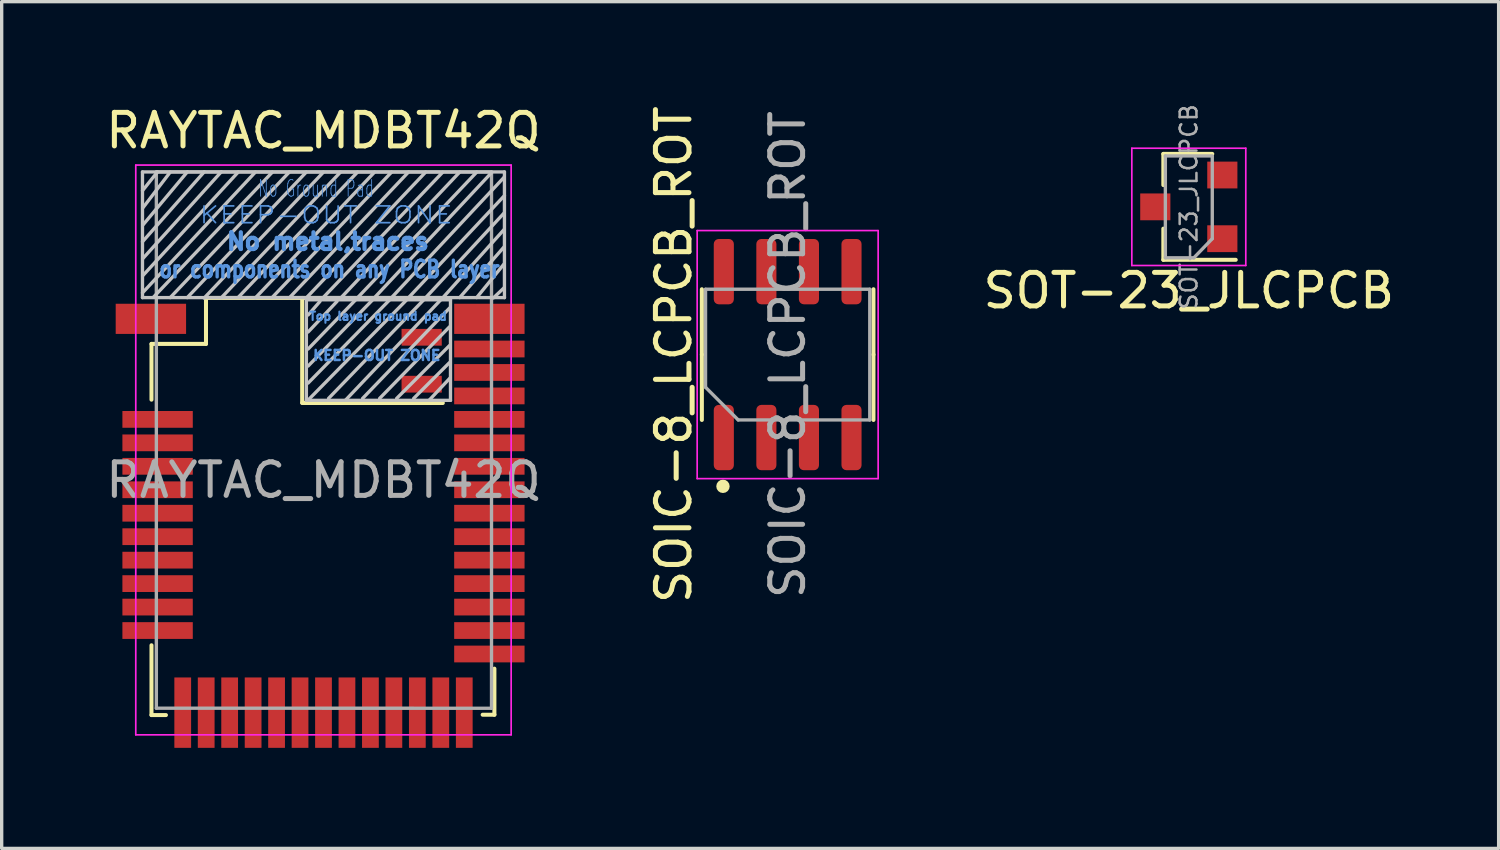
<source format=kicad_pcb>
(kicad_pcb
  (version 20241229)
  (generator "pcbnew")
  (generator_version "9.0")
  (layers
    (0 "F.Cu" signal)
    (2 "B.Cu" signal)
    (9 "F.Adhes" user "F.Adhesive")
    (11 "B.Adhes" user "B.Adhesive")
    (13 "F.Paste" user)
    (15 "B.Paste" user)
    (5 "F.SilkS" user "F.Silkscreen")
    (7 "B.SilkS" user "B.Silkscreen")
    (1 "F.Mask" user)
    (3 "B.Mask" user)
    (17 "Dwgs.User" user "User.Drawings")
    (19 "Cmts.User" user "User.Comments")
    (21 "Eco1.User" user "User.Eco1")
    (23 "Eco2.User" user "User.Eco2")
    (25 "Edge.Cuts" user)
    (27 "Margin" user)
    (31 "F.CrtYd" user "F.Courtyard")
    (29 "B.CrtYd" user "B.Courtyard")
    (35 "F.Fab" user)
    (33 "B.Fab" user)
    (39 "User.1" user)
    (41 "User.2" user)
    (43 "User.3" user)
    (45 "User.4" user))
  (footprint "RAYTAC_MDBT42Q"
    (layer "F.Cu")
    (at 6.601 11.275)
    (property "Reference" "RAYTAC_MDBT42Q" (at 0 -10.427 0) (layer "F.SilkS") (effects (font (size 1 1) (thickness 0.15))))
    (attr smd)
    (fp_line (start -5.131 -4.064) (end -5.131 -2.4) (stroke (width 0.12) (type solid)) (layer "F.SilkS"))
    (fp_line (start -5.131 -4.064) (end -3.505 -4.064) (stroke (width 0.12) (type solid)) (layer "F.SilkS"))
    (fp_line (start -5.131 7.01) (end -5.131 4.928) (stroke (width 0.12) (type solid)) (layer "F.SilkS"))
    (fp_line (start -4.7 7.01) (end -5.131 7.01) (stroke (width 0.12) (type solid)) (layer "F.SilkS"))
    (fp_line (start -3.505 -5.436) (end 3.5 -5.436) (stroke (width 0.12) (type solid)) (layer "F.SilkS"))
    (fp_line (start -3.505 -4.064) (end -3.505 -5.436) (stroke (width 0.12) (type solid)) (layer "F.SilkS"))
    (fp_line (start -0.635 -2.311) (end -0.635 -5.436) (stroke (width 0.12) (type solid)) (layer "F.SilkS"))
    (fp_line (start -0.635 -2.301) (end 3.561 -2.301) (stroke (width 0.12) (type solid)) (layer "F.SilkS"))
    (fp_line (start 4.75 7) (end 5.1 7) (stroke (width 0.12) (type solid)) (layer "F.SilkS"))
    (fp_line (start 5.1 7) (end 5.1 5.625) (stroke (width 0.12) (type solid)) (layer "F.SilkS"))
    (fp_line (start -5.4 -8.636) (end -4.953 -9.195) (stroke (width 0.1) (type solid)) (layer "Dwgs.User"))
    (fp_line (start -5.4 -7.112) (end -3.556 -9.2) (stroke (width 0.1) (type solid)) (layer "Dwgs.User"))
    (fp_line (start -5.4 -5.588) (end -2.032 -9.19) (stroke (width 0.1) (type solid)) (layer "Dwgs.User"))
    (fp_line (start -5.4 -9.195) (end 5.4 -9.195) (stroke (width 0.1) (type solid)) (layer "Dwgs.User"))
    (fp_line (start -5.4 -5.445) (end -5.4 -9.195) (stroke (width 0.1) (type solid)) (layer "Dwgs.User"))
    (fp_line (start -5.4 -5.445) (end 5.4 -5.445) (stroke (width 0.1) (type solid)) (layer "Dwgs.User"))
    (fp_line (start -5.395 -6.604) (end -3.048 -9.2) (stroke (width 0.1) (type solid)) (layer "Dwgs.User"))
    (fp_line (start -5.395 -6.096) (end -2.54 -9.195) (stroke (width 0.1) (type solid)) (layer "Dwgs.User"))
    (fp_line (start -5.385 -8.128) (end -4.572 -9.19) (stroke (width 0.1) (type solid)) (layer "Dwgs.User"))
    (fp_line (start -5.38 -7.62) (end -4.059 -9.2) (stroke (width 0.1) (type solid)) (layer "Dwgs.User"))
    (fp_line (start -5.08 -5.451) (end -1.524 -9.19) (stroke (width 0.1) (type solid)) (layer "Dwgs.User"))
    (fp_line (start -4.572 -5.446) (end -1.016 -9.195) (stroke (width 0.1) (type solid)) (layer "Dwgs.User"))
    (fp_line (start -4.064 -5.446) (end -0.513 -9.19) (stroke (width 0.1) (type solid)) (layer "Dwgs.User"))
    (fp_line (start -3.561 -5.431) (end 0 -9.19) (stroke (width 0.1) (type solid)) (layer "Dwgs.User"))
    (fp_line (start -3.048 -5.441) (end 0.508 -9.19) (stroke (width 0.1) (type solid)) (layer "Dwgs.User"))
    (fp_line (start -2.54 -5.456) (end 1.016 -9.19) (stroke (width 0.1) (type solid)) (layer "Dwgs.User"))
    (fp_line (start -2.032 -5.436) (end 1.524 -9.19) (stroke (width 0.1) (type solid)) (layer "Dwgs.User"))
    (fp_line (start -1.524 -5.456) (end 2.032 -9.19) (stroke (width 0.1) (type solid)) (layer "Dwgs.User"))
    (fp_line (start -1.016 -5.441) (end 2.54 -9.195) (stroke (width 0.1) (type solid)) (layer "Dwgs.User"))
    (fp_line (start -0.51 -2.38) (end -0.51 -5.367) (stroke (width 0.1) (type solid)) (layer "Dwgs.User"))
    (fp_line (start -0.508 -5.441) (end 3.048 -9.19) (stroke (width 0.1) (type solid)) (layer "Dwgs.User"))
    (fp_line (start -0.457 -4.42) (end 0.406 -5.334) (stroke (width 0.1) (type solid)) (layer "Dwgs.User"))
    (fp_line (start -0.457 -3.912) (end 0.965 -5.385) (stroke (width 0.1) (type solid)) (layer "Dwgs.User"))
    (fp_line (start -0.457 -3.404) (end 1.473 -5.385) (stroke (width 0.1) (type solid)) (layer "Dwgs.User"))
    (fp_line (start -0.457 -2.896) (end 1.981 -5.385) (stroke (width 0.1) (type solid)) (layer "Dwgs.User"))
    (fp_line (start -0.457 -2.388) (end 2.489 -5.385) (stroke (width 0.1) (type solid)) (layer "Dwgs.User"))
    (fp_line (start -0.102 -5.334) (end -0.457 -4.928) (stroke (width 0.1) (type solid)) (layer "Dwgs.User"))
    (fp_line (start -0.005 -5.451) (end 3.556 -9.185) (stroke (width 0.1) (type solid)) (layer "Dwgs.User"))
    (fp_line (start 0.152 -2.438) (end 2.997 -5.385) (stroke (width 0.1) (type solid)) (layer "Dwgs.User"))
    (fp_line (start 0.513 -5.431) (end 4.064 -9.19) (stroke (width 0.1) (type solid)) (layer "Dwgs.User"))
    (fp_line (start 0.66 -2.388) (end 3.505 -5.385) (stroke (width 0.1) (type solid)) (layer "Dwgs.User"))
    (fp_line (start 1.016 -5.441) (end 4.572 -9.19) (stroke (width 0.1) (type solid)) (layer "Dwgs.User"))
    (fp_line (start 1.168 -2.438) (end 3.759 -5.131) (stroke (width 0.1) (type solid)) (layer "Dwgs.User"))
    (fp_line (start 1.524 -5.446) (end 5.014 -9.174) (stroke (width 0.1) (type solid)) (layer "Dwgs.User"))
    (fp_line (start 1.676 -2.438) (end 3.759 -4.572) (stroke (width 0.1) (type solid)) (layer "Dwgs.User"))
    (fp_line (start 2.032 -5.446) (end 5.395 -9.042) (stroke (width 0.1) (type solid)) (layer "Dwgs.User"))
    (fp_line (start 2.184 -2.438) (end 3.759 -4.013) (stroke (width 0.1) (type solid)) (layer "Dwgs.User"))
    (fp_line (start 2.54 -5.446) (end 5.4 -8.489) (stroke (width 0.1) (type solid)) (layer "Dwgs.User"))
    (fp_line (start 2.692 -2.438) (end 3.759 -3.505) (stroke (width 0.1) (type solid)) (layer "Dwgs.User"))
    (fp_line (start 3.048 -5.441) (end 5.395 -7.976) (stroke (width 0.1) (type solid)) (layer "Dwgs.User"))
    (fp_line (start 3.15 -2.38) (end 3.78 -3.05) (stroke (width 0.1) (type solid)) (layer "Dwgs.User"))
    (fp_line (start 3.556 -5.436) (end 5.38 -7.468) (stroke (width 0.1) (type solid)) (layer "Dwgs.User"))
    (fp_line (start 3.79 -5.38) (end -0.51 -5.38) (stroke (width 0.1) (type solid)) (layer "Dwgs.User"))
    (fp_line (start 3.79 -5.38) (end 3.79 -2.38) (stroke (width 0.1) (type solid)) (layer "Dwgs.User"))
    (fp_line (start 3.79 -2.38) (end -0.51 -2.38) (stroke (width 0.1) (type solid)) (layer "Dwgs.User"))
    (fp_line (start 4.064 -5.446) (end 5.39 -6.96) (stroke (width 0.1) (type solid)) (layer "Dwgs.User"))
    (fp_line (start 4.572 -5.446) (end 5.39 -6.452) (stroke (width 0.1) (type solid)) (layer "Dwgs.User"))
    (fp_line (start 5.07 -5.436) (end 5.39 -5.74) (stroke (width 0.1) (type solid)) (layer "Dwgs.User"))
    (fp_line (start 5.4 -5.445) (end 5.4 -9.195) (stroke (width 0.1) (type solid)) (layer "Dwgs.User"))
    (fp_line (start -5.6 7.6) (end -5.6 -9.4) (stroke (width 0.05) (type solid)) (layer "F.CrtYd"))
    (fp_line (start 5.6 -9.4) (end -5.6 -9.4) (stroke (width 0.05) (type solid)) (layer "F.CrtYd"))
    (fp_line (start 5.6 -9.4) (end 5.6 7.6) (stroke (width 0.05) (type solid)) (layer "F.CrtYd"))
    (fp_line (start 5.6 7.6) (end -5.6 7.6) (stroke (width 0.05) (type solid)) (layer "F.CrtYd"))
    (fp_line (start -4.986 -9.195) (end -4.986 6.805) (stroke (width 0.1) (type solid)) (layer "F.Fab"))
    (fp_line (start -4.986 -9.195) (end 5.014 -9.193) (stroke (width 0.1) (type solid)) (layer "F.Fab"))
    (fp_line (start -4.986 6.805) (end 5.014 6.807) (stroke (width 0.1) (type solid)) (layer "F.Fab"))
    (fp_line (start 5.014 -9.193) (end 5.014 6.807) (stroke (width 0.1) (type solid)) (layer "F.Fab"))
    (fp_text user "No metal,traces " (at 0.32 -7.12 0) (layer "Cmts.User") (effects (font (size 0.5 0.5) (thickness 0.125))))
    (fp_text user "KEEP-OUT ZONE" (at 0.08 -7.91 0) (layer "Cmts.User") (effects (font (size 0.5 0.6) (thickness 0.05))))
    (fp_text user "or components on any PCB layer" (at 0.18 -6.29 0) (layer "Cmts.User") (effects (font (size 0.5 0.4) (thickness 0.1))))
    (fp_text user "Top layer ground pad" (at 1.63 -4.89 0) (layer "Cmts.User") (effects (font (size 0.25 0.25) (thickness 0.062))))
    (fp_text user "KEEP-OUT ZONE" (at 1.59 -3.72 0) (layer "Cmts.User") (effects (font (size 0.3 0.3) (thickness 0.075))))
    (fp_text user "No Ground Pad" (at -0.22 -8.7 0) (layer "Cmts.User") (effects (font (size 0.5 0.3) (thickness 0.025))))
    (fp_text user "${REFERENCE}" (at 0 0 0) (layer "F.Fab") (effects (font (size 1 1) (thickness 0.15))))
    (pad "1" smd rect (at -5.149 -4.812) (size 2.1 0.9) (layers "F.Cu" "F.Mask" "F.Paste"))
    (pad "2" smd rect (at -4.949 -1.812) (size 2.1 0.5) (layers "F.Cu" "F.Mask" "F.Paste"))
    (pad "3" smd rect (at -4.949 -1.112) (size 2.1 0.5) (layers "F.Cu" "F.Mask" "F.Paste"))
    (pad "4" smd rect (at -4.949 -0.412) (size 2.1 0.5) (layers "F.Cu" "F.Mask" "F.Paste"))
    (pad "5" smd rect (at -4.949 0.288) (size 2.1 0.5) (layers "F.Cu" "F.Mask" "F.Paste"))
    (pad "6" smd rect (at -4.949 0.988) (size 2.1 0.5) (layers "F.Cu" "F.Mask" "F.Paste"))
    (pad "7" smd rect (at -4.949 1.688) (size 2.1 0.5) (layers "F.Cu" "F.Mask" "F.Paste"))
    (pad "8" smd rect (at -4.949 2.388) (size 2.1 0.5) (layers "F.Cu" "F.Mask" "F.Paste"))
    (pad "9" smd rect (at -4.949 3.088) (size 2.1 0.5) (layers "F.Cu" "F.Mask" "F.Paste"))
    (pad "10" smd rect (at -4.949 3.788) (size 2.1 0.5) (layers "F.Cu" "F.Mask" "F.Paste"))
    (pad "11" smd rect (at -4.949 4.488) (size 2.1 0.5) (layers "F.Cu" "F.Mask" "F.Paste"))
    (pad "12" smd rect (at -4.199 6.938 90) (size 2.1 0.5) (layers "F.Cu" "F.Mask" "F.Paste"))
    (pad "13" smd rect (at -3.499 6.938 90) (size 2.1 0.5) (layers "F.Cu" "F.Mask" "F.Paste"))
    (pad "14" smd rect (at -2.799 6.938 90) (size 2.1 0.5) (layers "F.Cu" "F.Mask" "F.Paste"))
    (pad "15" smd rect (at -2.099 6.938 90) (size 2.1 0.5) (layers "F.Cu" "F.Mask" "F.Paste"))
    (pad "16" smd rect (at -1.399 6.938 90) (size 2.1 0.5) (layers "F.Cu" "F.Mask" "F.Paste"))
    (pad "17" smd rect (at -0.699 6.938 90) (size 2.1 0.5) (layers "F.Cu" "F.Mask" "F.Paste"))
    (pad "18" smd rect (at 0.001 6.938 90) (size 2.1 0.5) (layers "F.Cu" "F.Mask" "F.Paste"))
    (pad "19" smd rect (at 0.701 6.938 90) (size 2.1 0.5) (layers "F.Cu" "F.Mask" "F.Paste"))
    (pad "20" smd rect (at 1.401 6.938 90) (size 2.1 0.5) (layers "F.Cu" "F.Mask" "F.Paste"))
    (pad "21" smd rect (at 2.101 6.938 90) (size 2.1 0.5) (layers "F.Cu" "F.Mask" "F.Paste"))
    (pad "22" smd rect (at 2.801 6.938 90) (size 2.1 0.5) (layers "F.Cu" "F.Mask" "F.Paste"))
    (pad "23" smd rect (at 3.501 6.938 90) (size 2.1 0.5) (layers "F.Cu" "F.Mask" "F.Paste"))
    (pad "24" smd rect (at 4.201 6.938 90) (size 2.1 0.5) (layers "F.Cu" "F.Mask" "F.Paste"))
    (pad "25" smd rect (at 4.95 5.188) (size 2.1 0.5) (layers "F.Cu" "F.Mask" "F.Paste"))
    (pad "26" smd rect (at 4.95 4.488) (size 2.1 0.5) (layers "F.Cu" "F.Mask" "F.Paste"))
    (pad "27" smd rect (at 4.95 3.788) (size 2.1 0.5) (layers "F.Cu" "F.Mask" "F.Paste"))
    (pad "28" smd rect (at 4.95 3.088) (size 2.1 0.5) (layers "F.Cu" "F.Mask" "F.Paste"))
    (pad "29" smd rect (at 4.95 2.388) (size 2.1 0.5) (layers "F.Cu" "F.Mask" "F.Paste"))
    (pad "30" smd rect (at 4.95 1.688) (size 2.1 0.5) (layers "F.Cu" "F.Mask" "F.Paste"))
    (pad "31" smd rect (at 4.95 0.988) (size 2.1 0.5) (layers "F.Cu" "F.Mask" "F.Paste"))
    (pad "32" smd rect (at 4.95 0.288) (size 2.1 0.5) (layers "F.Cu" "F.Mask" "F.Paste"))
    (pad "33" smd rect (at 4.95 -0.412) (size 2.1 0.5) (layers "F.Cu" "F.Mask" "F.Paste"))
    (pad "34" smd rect (at 4.95 -1.112) (size 2.1 0.5) (layers "F.Cu" "F.Mask" "F.Paste"))
    (pad "35" smd rect (at 4.95 -1.812) (size 2.1 0.5) (layers "F.Cu" "F.Mask" "F.Paste"))
    (pad "36" smd rect (at 4.95 -2.512) (size 2.1 0.5) (layers "F.Cu" "F.Mask" "F.Paste"))
    (pad "37" smd rect (at 4.95 -3.212) (size 2.1 0.5) (layers "F.Cu" "F.Mask" "F.Paste"))
    (pad "38" smd rect (at 4.95 -3.912) (size 2.1 0.5) (layers "F.Cu" "F.Mask" "F.Paste"))
    (pad "39" smd rect (at 4.95 -4.812) (size 2.1 0.9) (layers "F.Cu" "F.Mask" "F.Paste"))
    (pad "40" smd rect (at 2.93 -4.262) (size 1.2 0.5) (layers "F.Cu" "F.Mask" "F.Paste"))
    (pad "41" smd rect (at 2.93 -2.862) (size 1.2 0.5) (layers "F.Cu" "F.Mask" "F.Paste")))
  (footprint "SOT-23_JLCPCB"
    (layer "F.Cu")
    (at 32.42 3.122)
    (property "Reference" "SOT-23_JLCPCB" (at 0 2.5 180) (layer "F.SilkS") (effects (font (size 1 1) (thickness 0.15))))
    (attr smd)
    (fp_line (start -0.76 -1.58) (end -0.76 -0.65) (stroke (width 0.12) (type solid)) (layer "F.SilkS"))
    (fp_line (start -0.76 -1.58) (end 0.7 -1.58) (stroke (width 0.12) (type solid)) (layer "F.SilkS"))
    (fp_line (start -0.76 1.58) (end -0.76 0.65) (stroke (width 0.12) (type solid)) (layer "F.SilkS"))
    (fp_line (start -0.76 1.58) (end 1.4 1.58) (stroke (width 0.12) (type solid)) (layer "F.SilkS"))
    (fp_line (start -1.7 -1.75) (end 1.7 -1.75) (stroke (width 0.05) (type solid)) (layer "F.CrtYd"))
    (fp_line (start -1.7 1.75) (end -1.7 -1.75) (stroke (width 0.05) (type solid)) (layer "F.CrtYd"))
    (fp_line (start 1.7 -1.75) (end 1.7 1.75) (stroke (width 0.05) (type solid)) (layer "F.CrtYd"))
    (fp_line (start 1.7 1.75) (end -1.7 1.75) (stroke (width 0.05) (type solid)) (layer "F.CrtYd"))
    (fp_line (start -0.7 1.52) (end -0.7 -1.52) (stroke (width 0.1) (type solid)) (layer "F.Fab"))
    (fp_line (start 0.15 1.52) (end -0.7 1.52) (stroke (width 0.1) (type solid)) (layer "F.Fab"))
    (fp_line (start 0.7 -1.52) (end -0.7 -1.52) (stroke (width 0.1) (type solid)) (layer "F.Fab"))
    (fp_line (start 0.7 0.95) (end 0.15 1.52) (stroke (width 0.1) (type solid)) (layer "F.Fab"))
    (fp_line (start 0.7 0.95) (end 0.7 -1.5) (stroke (width 0.1) (type solid)) (layer "F.Fab"))
    (fp_text user "${REFERENCE}" (at 0 0 270) (layer "F.Fab") (effects (font (size 0.5 0.5) (thickness 0.075))))
    (pad "1" smd rect (at 1 0.95) (size 0.9 0.8) (layers "F.Cu" "F.Mask" "F.Paste"))
    (pad "2" smd rect (at 1 -0.95) (size 0.9 0.8) (layers "F.Cu" "F.Mask" "F.Paste"))
    (pad "3" smd rect (at -1 0) (size 0.9 0.8) (layers "F.Cu" "F.Mask" "F.Paste")))
  (footprint "SOIC-8_LCPCB_ROT"
    (layer "F.Cu")
    (at 20.451 7.53)
    (property "Reference" "SOIC-8_LCPCB_ROT" (at -3.4 0 90) (layer "F.SilkS") (effects (font (size 1 1) (thickness 0.15))))
    (attr smd)
    (fp_line (start -2.56 0) (end -2.56 -1.95) (stroke (width 0.12) (type solid)) (layer "F.SilkS"))
    (fp_line (start -2.56 0) (end -2.56 1.95) (stroke (width 0.12) (type solid)) (layer "F.SilkS"))
    (fp_line (start 2.56 0) (end 2.56 -1.95) (stroke (width 0.12) (type solid)) (layer "F.SilkS"))
    (fp_line (start 2.56 0) (end 2.56 1.95) (stroke (width 0.12) (type solid)) (layer "F.SilkS"))
    (fp_circle (center -1.93 3.93) (end -1.83 3.93) (stroke (width 0.2) (type solid)) (fill no) (layer "F.SilkS"))
    (fp_line (start -2.7 -3.7) (end -2.7 3.7) (stroke (width 0.05) (type solid)) (layer "F.CrtYd"))
    (fp_line (start -2.7 3.7) (end 2.7 3.7) (stroke (width 0.05) (type solid)) (layer "F.CrtYd"))
    (fp_line (start 2.7 -3.7) (end -2.7 -3.7) (stroke (width 0.05) (type solid)) (layer "F.CrtYd"))
    (fp_line (start 2.7 3.7) (end 2.7 -3.7) (stroke (width 0.05) (type solid)) (layer "F.CrtYd"))
    (fp_line (start -2.45 -1.95) (end 2.45 -1.95) (stroke (width 0.1) (type solid)) (layer "F.Fab"))
    (fp_line (start -2.45 0.975) (end -2.45 -1.95) (stroke (width 0.1) (type solid)) (layer "F.Fab"))
    (fp_line (start -1.475 1.95) (end -2.45 0.975) (stroke (width 0.1) (type solid)) (layer "F.Fab"))
    (fp_line (start 2.45 -1.95) (end 2.45 1.95) (stroke (width 0.1) (type solid)) (layer "F.Fab"))
    (fp_line (start 2.45 1.95) (end -1.475 1.95) (stroke (width 0.1) (type solid)) (layer "F.Fab"))
    (fp_text user "${REFERENCE}" (at 0 0 90) (layer "F.Fab") (effects (font (size 0.98 0.98) (thickness 0.15))))
    (pad "1" smd roundrect (at -1.905 2.475) (size 0.6 1.95) (layers "F.Cu" "F.Mask" "F.Paste") (roundrect_rratio 0.25))
    (pad "2" smd roundrect (at -0.635 2.475) (size 0.6 1.95) (layers "F.Cu" "F.Mask" "F.Paste") (roundrect_rratio 0.25))
    (pad "3" smd roundrect (at 0.635 2.475) (size 0.6 1.95) (layers "F.Cu" "F.Mask" "F.Paste") (roundrect_rratio 0.25))
    (pad "4" smd roundrect (at 1.905 2.475) (size 0.6 1.95) (layers "F.Cu" "F.Mask" "F.Paste") (roundrect_rratio 0.25))
    (pad "5" smd roundrect (at 1.905 -2.475) (size 0.6 1.95) (layers "F.Cu" "F.Mask" "F.Paste") (roundrect_rratio 0.25))
    (pad "6" smd roundrect (at 0.635 -2.475) (size 0.6 1.95) (layers "F.Cu" "F.Mask" "F.Paste") (roundrect_rratio 0.25))
    (pad "7" smd roundrect (at -0.635 -2.475) (size 0.6 1.95) (layers "F.Cu" "F.Mask" "F.Paste") (roundrect_rratio 0.25))
    (pad "8" smd roundrect (at -1.905 -2.475) (size 0.6 1.95) (layers "F.Cu" "F.Mask" "F.Paste") (roundrect_rratio 0.25)))
  (gr_rect
    (start -3 -3)
    (end 41.664 22.263)
    (stroke (width 0.1) (type default))
    (fill no)
    (layer "Edge.Cuts")))
</source>
